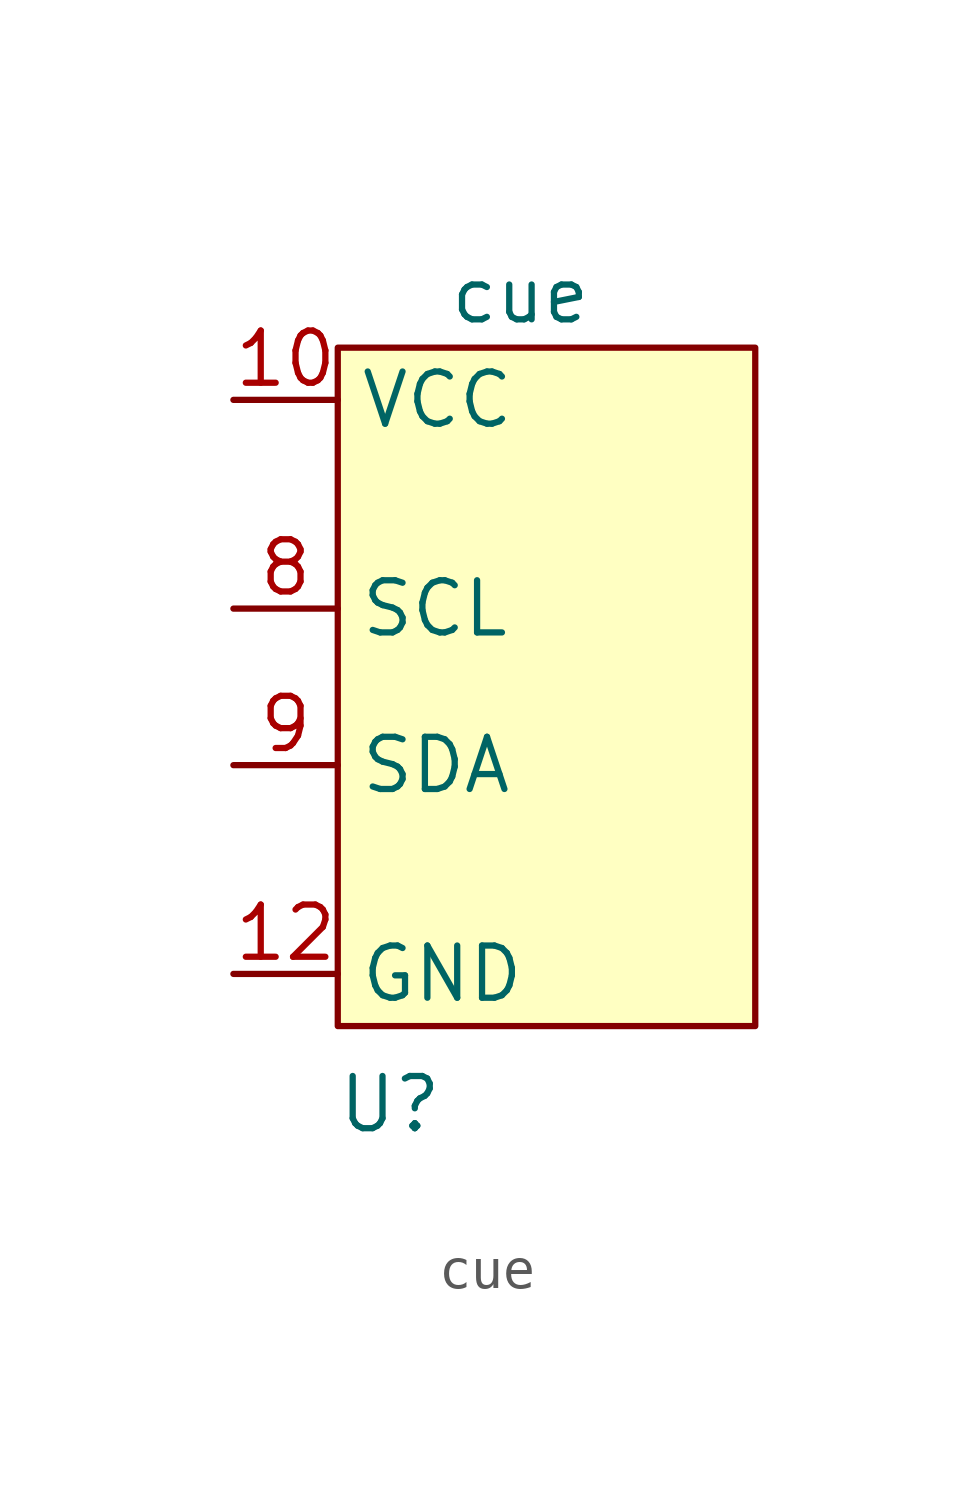
<source format=kicad_sym>
(kicad_symbol_lib
  (version 20211014)
  (generator kicad_symbol_editor)
  (symbol "cue"
    (property "Reference" "U"
      (at -2.54 -8.255 0)
      (effects (font (size 1.27 1.27))))
    (property "Value" "cue"
      (at 0.635 11.43 0)
      (effects (font (size 1.27 1.27))))
    (symbol "cue_0_1"
      (rectangle (start -3.81 10.16) (end 6.35 -6.35) (stroke (width 0) (type default) (color 0 0 0 0)) (fill (type background))))
    (symbol "cue_1_1"
      (pin power_in line (at -6.35 8.89 0) (length 2.54) (name "VCC" (effects (font (size 1.27 1.27)))) (number "10" (effects (font (size 1.27 1.27)))))
      (pin power_in line (at -6.35 -5.08 0) (length 2.54) (name "GND" (effects (font (size 1.27 1.27)))) (number "12" (effects (font (size 1.27 1.27)))))
      (pin bidirectional line (at -6.35 3.81 0) (length 2.54) (name "SCL" (effects (font (size 1.27 1.27)))) (number "8" (effects (font (size 1.27 1.27)))))
      (pin bidirectional line (at -6.35 0 0) (length 2.54) (name "SDA" (effects (font (size 1.27 1.27)))) (number "9" (effects (font (size 1.27 1.27))))))))
</source>
